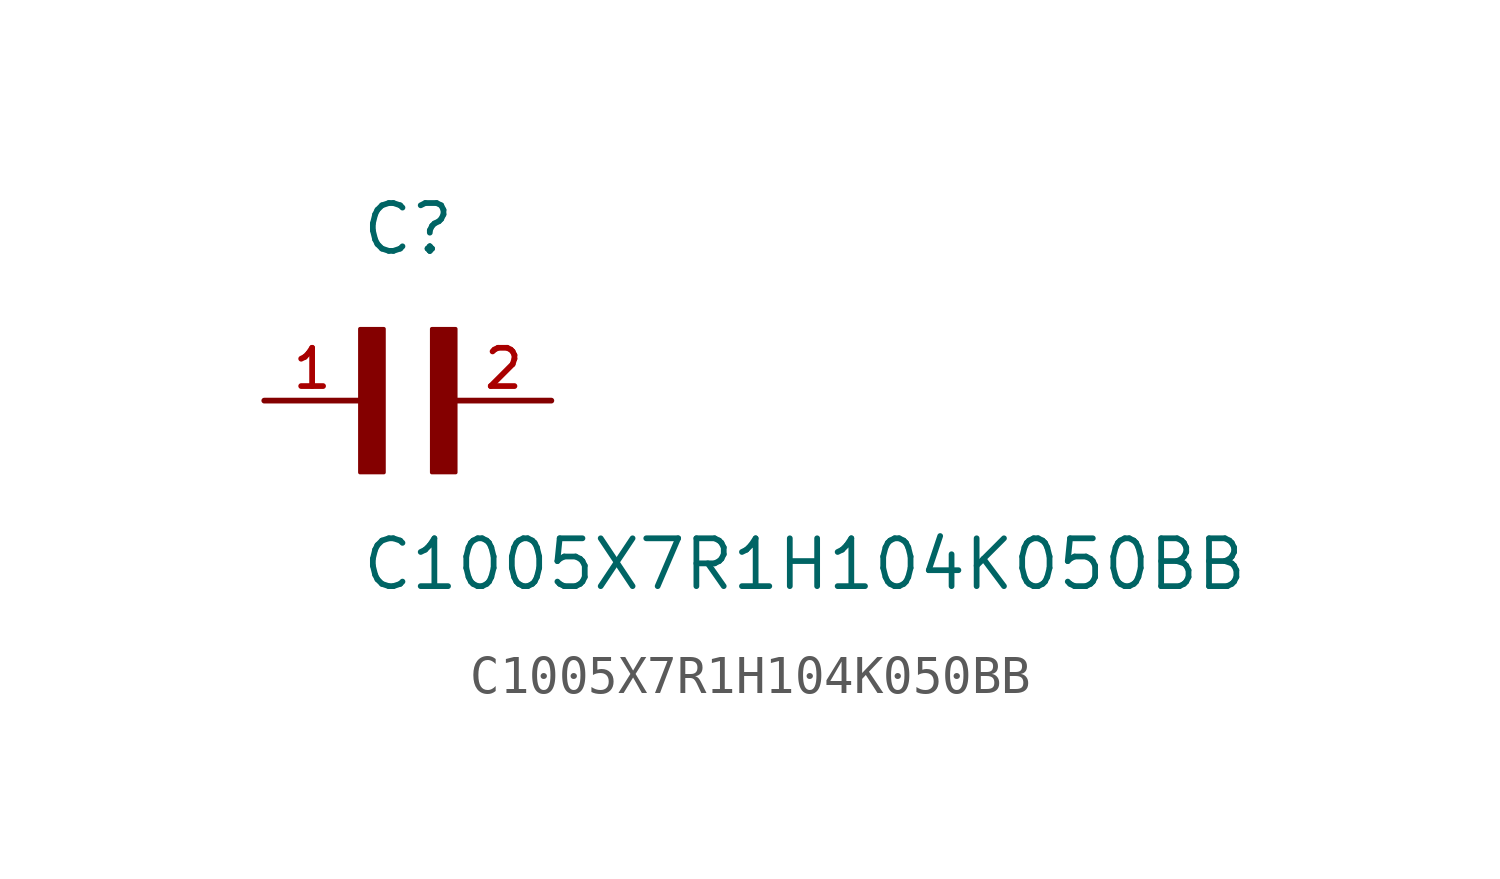
<source format=kicad_sym>
(kicad_symbol_lib
  (version 20211014)
  (generator kicad_symbol_editor)
  (symbol "C1005X7R1H104K050BB"
    (pin_names
      (offset 1.016))
    (property "Reference" "C"
      (at 0.0 3.811 0)
      (effects (font (size 1.27 1.27)) (justify bottom left)))
    (property "Value" "C1005X7R1H104K050BB"
      (at 0.0 -5.088 0)
      (effects (font (size 1.27 1.27)) (justify bottom left)))
    (symbol "C1005X7R1H104K050BB_0_0"
      (rectangle (start 0.0 -1.907) (end 0.635 1.905) (stroke (width 0.1)) (fill (type outline)))
      (rectangle (start 1.907 -1.907) (end 2.54 1.905) (stroke (width 0.1)) (fill (type outline)))
      (pin passive line (at 5.08 0.0 180.0) (length 2.54) (name "~" (effects (font (size 1.016 1.016)))) (number "2" (effects (font (size 1.016 1.016)))))
      (pin passive line (at -2.54 0.0 0) (length 2.54) (name "~" (effects (font (size 1.016 1.016)))) (number "1" (effects (font (size 1.016 1.016))))))))
</source>
